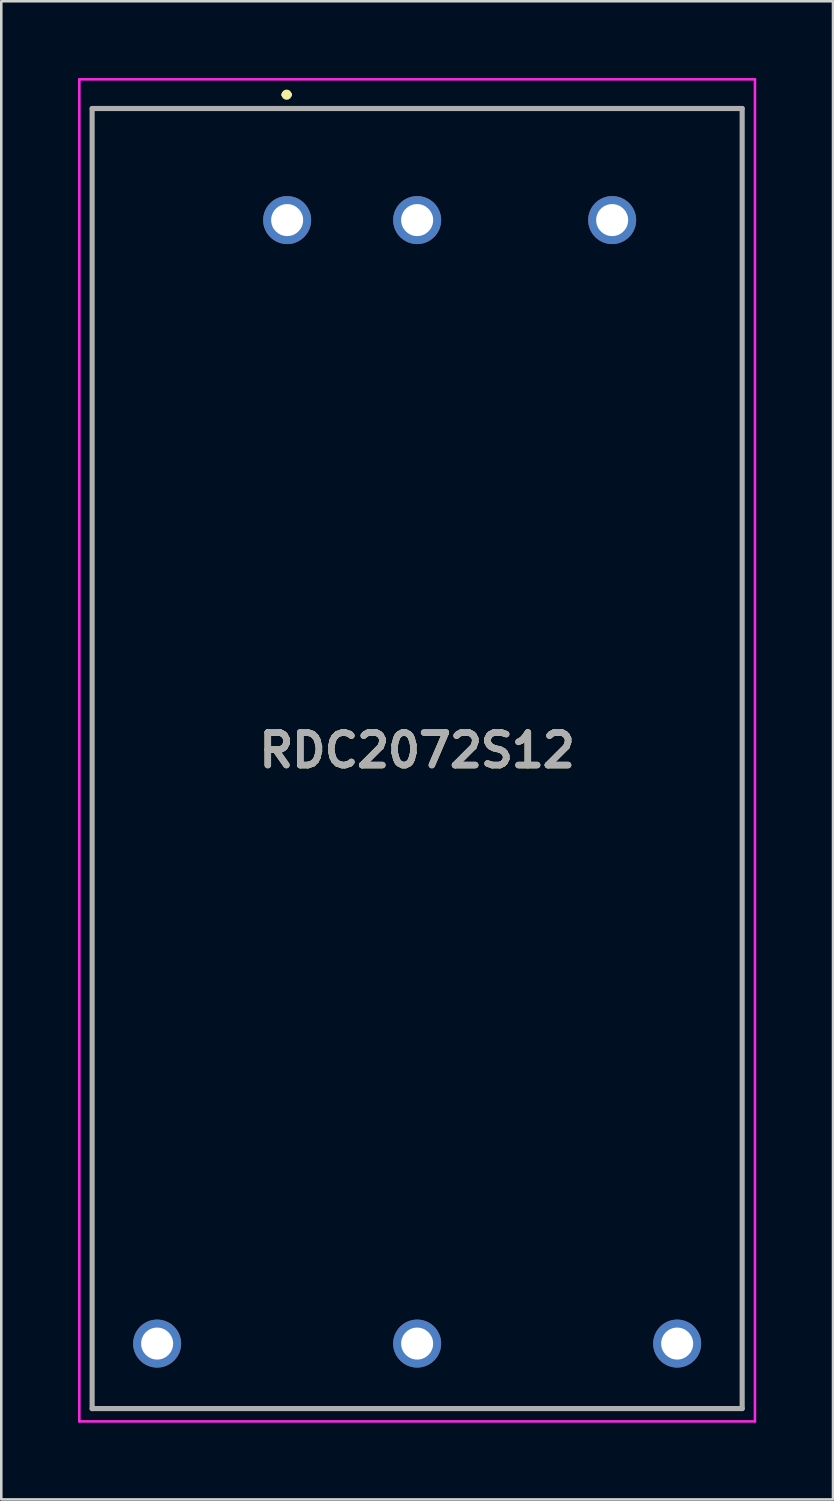
<source format=kicad_pcb>
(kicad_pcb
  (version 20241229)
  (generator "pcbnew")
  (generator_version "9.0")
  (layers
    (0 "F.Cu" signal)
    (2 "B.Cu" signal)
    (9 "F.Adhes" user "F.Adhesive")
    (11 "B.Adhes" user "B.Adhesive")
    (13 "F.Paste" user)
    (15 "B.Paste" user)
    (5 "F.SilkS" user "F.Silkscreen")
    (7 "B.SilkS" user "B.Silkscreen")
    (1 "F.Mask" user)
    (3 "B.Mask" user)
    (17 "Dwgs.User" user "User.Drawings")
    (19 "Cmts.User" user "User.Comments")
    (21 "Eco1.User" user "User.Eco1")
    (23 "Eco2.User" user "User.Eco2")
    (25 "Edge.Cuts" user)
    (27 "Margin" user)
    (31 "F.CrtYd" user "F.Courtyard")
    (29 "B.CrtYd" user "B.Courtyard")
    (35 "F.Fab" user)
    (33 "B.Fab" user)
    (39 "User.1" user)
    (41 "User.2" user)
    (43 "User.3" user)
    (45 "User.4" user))
  (footprint "RDC2072S12"
    (layer "F.Cu")
    (at 8.17 5.55)
    (property "Reference" "RDC2072S12" (at 5.08 20.72 0) (layer "F.SilkS") (effects (font (size 1.27 1.27) (thickness 0.254))))
    (attr through_hole)
    (fp_line (start -7.62 -4.36) (end -7.62 46.44) (stroke (width 0.1) (type solid)) (layer "F.SilkS"))
    (fp_line (start -7.62 46.44) (end 17.78 46.44) (stroke (width 0.1) (type solid)) (layer "F.SilkS"))
    (fp_line (start -0.12 -4.9) (end -0.12 -4.9) (stroke (width 0.2) (type solid)) (layer "F.SilkS"))
    (fp_line (start 0.08 -4.9) (end 0.08 -4.9) (stroke (width 0.2) (type solid)) (layer "F.SilkS"))
    (fp_line (start 17.78 -4.36) (end -7.62 -4.36) (stroke (width 0.1) (type solid)) (layer "F.SilkS"))
    (fp_line (start 17.78 46.44) (end 17.78 -4.36) (stroke (width 0.1) (type solid)) (layer "F.SilkS"))
    (fp_arc (start -0.12 -4.9) (mid -0.02 -5) (end 0.08 -4.9) (stroke (width 0.2) (type solid)) (layer "F.SilkS"))
    (fp_arc (start 0.08 -4.9) (mid -0.02 -4.8) (end -0.12 -4.9) (stroke (width 0.2) (type solid)) (layer "F.SilkS"))
    (fp_line (start -8.12 -5.5) (end -8.12 46.94) (stroke (width 0.1) (type solid)) (layer "F.CrtYd"))
    (fp_line (start -8.12 46.94) (end 18.28 46.94) (stroke (width 0.1) (type solid)) (layer "F.CrtYd"))
    (fp_line (start 18.28 -5.5) (end -8.12 -5.5) (stroke (width 0.1) (type solid)) (layer "F.CrtYd"))
    (fp_line (start 18.28 46.94) (end 18.28 -5.5) (stroke (width 0.1) (type solid)) (layer "F.CrtYd"))
    (fp_line (start -7.62 -4.36) (end -7.62 46.44) (stroke (width 0.2) (type solid)) (layer "F.Fab"))
    (fp_line (start -7.62 46.44) (end 17.78 46.44) (stroke (width 0.2) (type solid)) (layer "F.Fab"))
    (fp_line (start 17.78 -4.36) (end -7.62 -4.36) (stroke (width 0.2) (type solid)) (layer "F.Fab"))
    (fp_line (start 17.78 46.44) (end 17.78 -4.36) (stroke (width 0.2) (type solid)) (layer "F.Fab"))
    (fp_text user "${REFERENCE}" (at 5.08 20.72 0) (layer "F.Fab") (effects (font (size 1.27 1.27) (thickness 0.254))))
    (pad "1" thru_hole circle (at 0 0) (size 1.875 1.875) (drill 1.25) (layers "*.Cu" "*.Mask"))
    (pad "2" thru_hole circle (at 5.08 0) (size 1.875 1.875) (drill 1.25) (layers "*.Cu" "*.Mask"))
    (pad "3" thru_hole circle (at 12.7 0) (size 1.875 1.875) (drill 1.25) (layers "*.Cu" "*.Mask"))
    (pad "4" thru_hole circle (at -5.08 43.9) (size 1.875 1.875) (drill 1.25) (layers "*.Cu" "*.Mask"))
    (pad "5" thru_hole circle (at 5.08 43.9) (size 1.875 1.875) (drill 1.25) (layers "*.Cu" "*.Mask"))
    (pad "6" thru_hole circle (at 15.24 43.9) (size 1.875 1.875) (drill 1.25) (layers "*.Cu" "*.Mask")))
  (gr_rect
    (start -3 -3)
    (end 29.5 55.54)
    (stroke (width 0.1) (type default))
    (fill no)
    (layer "Edge.Cuts")))
</source>
